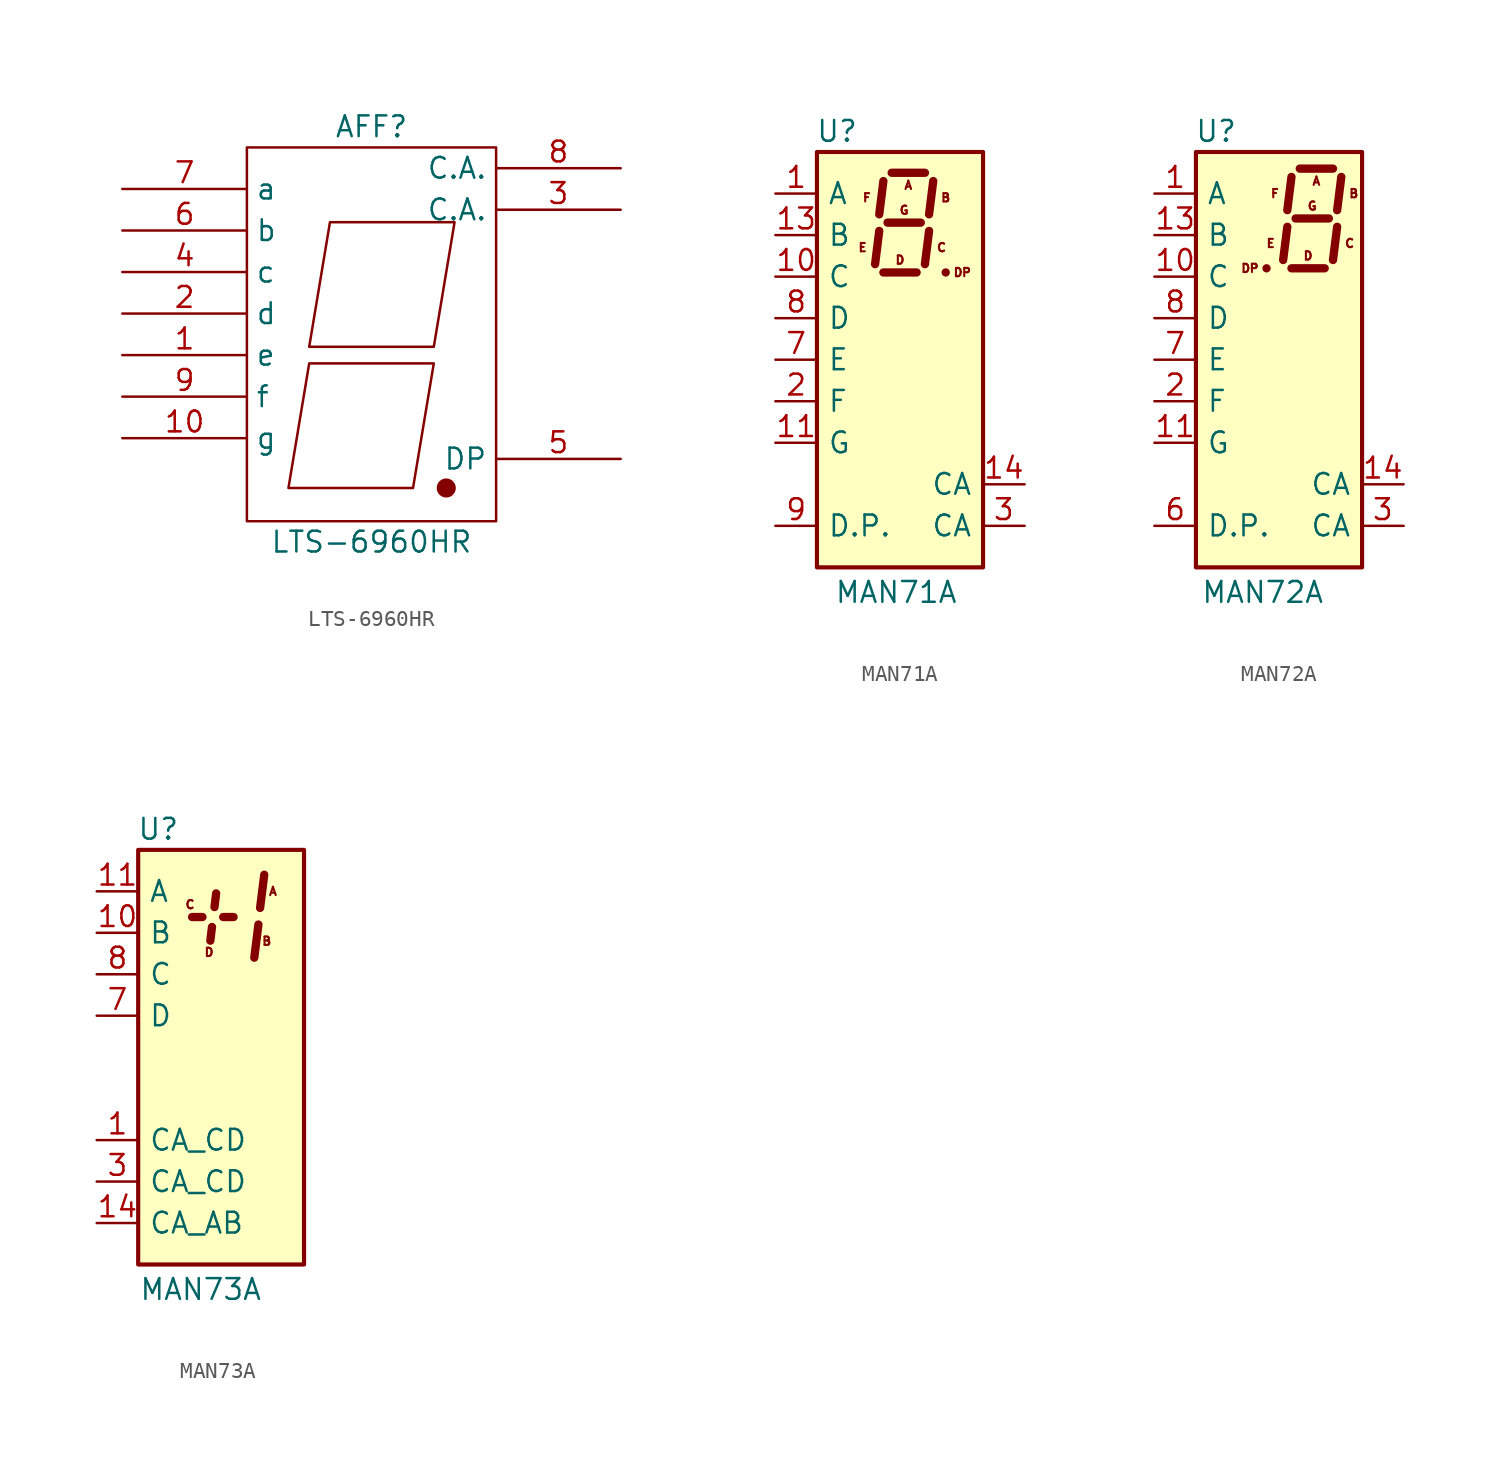
<source format=kicad_sym>
(kicad_symbol_lib
  (version 20231120)
  (generator "kicad_symbol_editor")
  (generator_version "8.0")
  (symbol "LTS-6960HR"
    (property "Reference" "AFF"
      (at 0 13.97 0)
      (effects (font (size 1.27 1.27))))
    (property "Value" "LTS-6960HR"
      (at 0 -11.43 0)
      (effects (font (size 1.27 1.27))))
    (symbol "LTS-6960HR_0_1"
      (rectangle (start -7.62 12.7) (end 7.62 -10.16) (stroke (width 0) (type default)) (fill (type none)))
      (polyline (pts (xy -3.81 -0.508) (xy 3.81 -0.508) (xy 2.54 -8.128) (xy -5.08 -8.128) (xy -3.81 -0.508) (xy -3.81 -0.508)) (stroke (width 0) (type default)) (fill (type none)))
      (polyline (pts (xy -2.54 8.128) (xy 5.08 8.128) (xy 3.81 0.508) (xy -3.81 0.508) (xy -2.54 8.128) (xy -2.54 8.128)) (stroke (width 0) (type default)) (fill (type none)))
      (circle (center 4.572 -8.128) (radius 0.508) (stroke (width 0) (type default)) (fill (type outline))))
    (symbol "LTS-6960HR_1_1"
      (pin input line (at -15.24 0 0) (length 7.62) (name "e" (effects (font (size 1.27 1.27)))) (number "1" (effects (font (size 1.27 1.27)))))
      (pin input line (at -15.24 -5.08 0) (length 7.62) (name "g" (effects (font (size 1.27 1.27)))) (number "10" (effects (font (size 1.27 1.27)))))
      (pin input line (at -15.24 2.54 0) (length 7.62) (name "d" (effects (font (size 1.27 1.27)))) (number "2" (effects (font (size 1.27 1.27)))))
      (pin input line (at 15.24 8.89 180) (length 7.62) (name "C.A." (effects (font (size 1.27 1.27)))) (number "3" (effects (font (size 1.27 1.27)))))
      (pin input line (at -15.24 5.08 0) (length 7.62) (name "c" (effects (font (size 1.27 1.27)))) (number "4" (effects (font (size 1.27 1.27)))))
      (pin input line (at 15.24 -6.35 180) (length 7.62) (name "DP" (effects (font (size 1.27 1.27)))) (number "5" (effects (font (size 1.27 1.27)))))
      (pin input line (at -15.24 7.62 0) (length 7.62) (name "b" (effects (font (size 1.27 1.27)))) (number "6" (effects (font (size 1.27 1.27)))))
      (pin input line (at -15.24 10.16 0) (length 7.62) (name "a" (effects (font (size 1.27 1.27)))) (number "7" (effects (font (size 1.27 1.27)))))
      (pin input line (at 15.24 11.43 180) (length 7.62) (name "C.A." (effects (font (size 1.27 1.27)))) (number "8" (effects (font (size 1.27 1.27)))))
      (pin input line (at -15.24 -2.54 0) (length 7.62) (name "f" (effects (font (size 1.27 1.27)))) (number "9" (effects (font (size 1.27 1.27)))))))
  (symbol "MAN71A"
    (pin_names
      (offset 0.635))
    (property "Reference" "U"
      (at -2.54 13.97 0)
      (effects (font (size 1.27 1.27)) (justify right)))
    (property "Value" "MAN71A"
      (at 3.556 -14.224 0)
      (effects (font (size 1.27 1.27)) (justify right)))
    (symbol "MAN71A_0_0"
      (text "A" (at 0.508 10.668 0) (effects (font (size 0.508 0.508))))
      (text "B" (at 2.794 9.906 0) (effects (font (size 0.508 0.508))))
      (text "C" (at 2.54 6.858 0) (effects (font (size 0.508 0.508))))
      (text "D" (at 0 6.096 0) (effects (font (size 0.508 0.508))))
      (text "DP" (at 3.81 5.334 0) (effects (font (size 0.508 0.508))))
      (text "E" (at -2.286 6.858 0) (effects (font (size 0.508 0.508))))
      (text "F" (at -2.032 9.906 0) (effects (font (size 0.508 0.508))))
      (text "G" (at 0.254 9.144 0) (effects (font (size 0.508 0.508)))))
    (symbol "MAN71A_0_1"
      (rectangle (start -5.08 12.7) (end 5.08 -12.7) (stroke (width 0.254) (type default)) (fill (type background)))
      (polyline (pts (xy -1.27 7.874) (xy -1.524 5.842)) (stroke (width 0.508) (type default)) (fill (type none)))
      (polyline (pts (xy -1.016 5.334) (xy 1.016 5.334)) (stroke (width 0.508) (type default)) (fill (type none)))
      (polyline (pts (xy -1.016 10.922) (xy -1.27 8.89)) (stroke (width 0.508) (type default)) (fill (type none)))
      (polyline (pts (xy -0.762 8.382) (xy 1.27 8.382)) (stroke (width 0.508) (type default)) (fill (type none)))
      (polyline (pts (xy -0.508 11.43) (xy 1.524 11.43)) (stroke (width 0.508) (type default)) (fill (type none)))
      (polyline (pts (xy 1.778 7.874) (xy 1.524 5.842)) (stroke (width 0.508) (type default)) (fill (type none)))
      (polyline (pts (xy 2.032 10.922) (xy 1.778 8.89)) (stroke (width 0.508) (type default)) (fill (type none)))
      (polyline (pts (xy 2.794 5.334) (xy 2.794 5.334)) (stroke (width 0.508) (type default)) (fill (type none))))
    (symbol "MAN71A_1_1"
      (pin input line (at -7.62 10.16 0) (length 2.54) (name "A" (effects (font (size 1.27 1.27)))) (number "1" (effects (font (size 1.27 1.27)))))
      (pin input line (at -7.62 5.08 0) (length 2.54) (name "C" (effects (font (size 1.27 1.27)))) (number "10" (effects (font (size 1.27 1.27)))))
      (pin input line (at -7.62 -5.08 0) (length 2.54) (name "G" (effects (font (size 1.27 1.27)))) (number "11" (effects (font (size 1.27 1.27)))))
      (pin no_connect line (at 7.62 -5.08 180) (length 2.54) hide (name "NC" (effects (font (size 1.27 1.27)))) (number "12" (effects (font (size 1.27 1.27)))))
      (pin input line (at -7.62 7.62 0) (length 2.54) (name "B" (effects (font (size 1.27 1.27)))) (number "13" (effects (font (size 1.27 1.27)))))
      (pin input line (at 7.62 -7.62 180) (length 2.54) (name "CA" (effects (font (size 1.27 1.27)))) (number "14" (effects (font (size 1.27 1.27)))))
      (pin input line (at -7.62 -2.54 0) (length 2.54) (name "F" (effects (font (size 1.27 1.27)))) (number "2" (effects (font (size 1.27 1.27)))))
      (pin input line (at 7.62 -10.16 180) (length 2.54) (name "CA" (effects (font (size 1.27 1.27)))) (number "3" (effects (font (size 1.27 1.27)))))
      (pin no_connect line (at 7.62 2.54 180) (length 2.54) hide (name "NC" (effects (font (size 1.27 1.27)))) (number "4" (effects (font (size 1.27 1.27)))))
      (pin no_connect line (at 7.62 0 180) (length 2.54) hide (name "NC" (effects (font (size 1.27 1.27)))) (number "5" (effects (font (size 1.27 1.27)))))
      (pin no_connect line (at 7.62 -2.54 180) (length 2.54) hide (name "NC" (effects (font (size 1.27 1.27)))) (number "6" (effects (font (size 1.27 1.27)))))
      (pin input line (at -7.62 0 0) (length 2.54) (name "E" (effects (font (size 1.27 1.27)))) (number "7" (effects (font (size 1.27 1.27)))))
      (pin input line (at -7.62 2.54 0) (length 2.54) (name "D" (effects (font (size 1.27 1.27)))) (number "8" (effects (font (size 1.27 1.27)))))
      (pin input line (at -7.62 -10.16 0) (length 2.54) (name "D.P." (effects (font (size 1.27 1.27)))) (number "9" (effects (font (size 1.27 1.27)))))))
  (symbol "MAN72A"
    (pin_names
      (offset 0.635))
    (property "Reference" "U"
      (at -2.54 13.97 0)
      (effects (font (size 1.27 1.27)) (justify right)))
    (property "Value" "MAN72A"
      (at 2.794 -14.224 0)
      (effects (font (size 1.27 1.27)) (justify right)))
    (symbol "MAN72A_0_0"
      (text "A" (at 2.286 10.922 0) (effects (font (size 0.508 0.508))))
      (text "B" (at 4.572 10.16 0) (effects (font (size 0.508 0.508))))
      (text "C" (at 4.318 7.112 0) (effects (font (size 0.508 0.508))))
      (text "D" (at 1.778 6.35 0) (effects (font (size 0.508 0.508))))
      (text "DP" (at -1.778 5.588 0) (effects (font (size 0.508 0.508))))
      (text "E" (at -0.508 7.112 0) (effects (font (size 0.508 0.508))))
      (text "F" (at -0.254 10.16 0) (effects (font (size 0.508 0.508))))
      (text "G" (at 2.032 9.398 0) (effects (font (size 0.508 0.508)))))
    (symbol "MAN72A_0_1"
      (rectangle (start -5.08 12.7) (end 5.08 -12.7) (stroke (width 0.254) (type default)) (fill (type background)))
      (polyline (pts (xy -0.762 5.588) (xy -0.762 5.588)) (stroke (width 0.508) (type default)) (fill (type none)))
      (polyline (pts (xy 0.508 8.128) (xy 0.254 6.096)) (stroke (width 0.508) (type default)) (fill (type none)))
      (polyline (pts (xy 0.762 5.588) (xy 2.794 5.588)) (stroke (width 0.508) (type default)) (fill (type none)))
      (polyline (pts (xy 0.762 11.176) (xy 0.508 9.144)) (stroke (width 0.508) (type default)) (fill (type none)))
      (polyline (pts (xy 1.016 8.636) (xy 3.048 8.636)) (stroke (width 0.508) (type default)) (fill (type none)))
      (polyline (pts (xy 1.27 11.684) (xy 3.302 11.684)) (stroke (width 0.508) (type default)) (fill (type none)))
      (polyline (pts (xy 3.556 8.128) (xy 3.302 6.096)) (stroke (width 0.508) (type default)) (fill (type none)))
      (polyline (pts (xy 3.81 11.176) (xy 3.556 9.144)) (stroke (width 0.508) (type default)) (fill (type none))))
    (symbol "MAN72A_1_1"
      (pin input line (at -7.62 10.16 0) (length 2.54) (name "A" (effects (font (size 1.27 1.27)))) (number "1" (effects (font (size 1.27 1.27)))))
      (pin input line (at -7.62 5.08 0) (length 2.54) (name "C" (effects (font (size 1.27 1.27)))) (number "10" (effects (font (size 1.27 1.27)))))
      (pin input line (at -7.62 -5.08 0) (length 2.54) (name "G" (effects (font (size 1.27 1.27)))) (number "11" (effects (font (size 1.27 1.27)))))
      (pin no_connect line (at 7.62 -5.08 180) (length 2.54) hide (name "NC" (effects (font (size 1.27 1.27)))) (number "12" (effects (font (size 1.27 1.27)))))
      (pin input line (at -7.62 7.62 0) (length 2.54) (name "B" (effects (font (size 1.27 1.27)))) (number "13" (effects (font (size 1.27 1.27)))))
      (pin input line (at 7.62 -7.62 180) (length 2.54) (name "CA" (effects (font (size 1.27 1.27)))) (number "14" (effects (font (size 1.27 1.27)))))
      (pin input line (at -7.62 -2.54 0) (length 2.54) (name "F" (effects (font (size 1.27 1.27)))) (number "2" (effects (font (size 1.27 1.27)))))
      (pin input line (at 7.62 -10.16 180) (length 2.54) (name "CA" (effects (font (size 1.27 1.27)))) (number "3" (effects (font (size 1.27 1.27)))))
      (pin no_connect line (at 7.62 2.54 180) (length 2.54) hide (name "NC" (effects (font (size 1.27 1.27)))) (number "4" (effects (font (size 1.27 1.27)))))
      (pin no_connect line (at 7.62 0 180) (length 2.54) hide (name "NC" (effects (font (size 1.27 1.27)))) (number "5" (effects (font (size 1.27 1.27)))))
      (pin input line (at -7.62 -10.16 0) (length 2.54) (name "D.P." (effects (font (size 1.27 1.27)))) (number "6" (effects (font (size 1.27 1.27)))))
      (pin input line (at -7.62 0 0) (length 2.54) (name "E" (effects (font (size 1.27 1.27)))) (number "7" (effects (font (size 1.27 1.27)))))
      (pin input line (at -7.62 2.54 0) (length 2.54) (name "D" (effects (font (size 1.27 1.27)))) (number "8" (effects (font (size 1.27 1.27)))))
      (pin no_connect line (at 7.62 -2.54 180) (length 2.54) hide (name "NC" (effects (font (size 1.27 1.27)))) (number "9" (effects (font (size 1.27 1.27)))))))
  (symbol "MAN73A"
    (pin_names
      (offset 0.635))
    (property "Reference" "U"
      (at -2.54 13.97 0)
      (effects (font (size 1.27 1.27)) (justify right)))
    (property "Value" "MAN73A"
      (at 2.54 -14.224 0)
      (effects (font (size 1.27 1.27)) (justify right)))
    (symbol "MAN73A_0_0"
      (text "A" (at 3.175 10.16 0) (effects (font (size 0.508 0.508))))
      (text "B" (at 2.794 7.112 0) (effects (font (size 0.508 0.508))))
      (text "C" (at -1.905 9.347 0) (effects (font (size 0.508 0.508))))
      (text "D" (at -0.737 6.426 0) (effects (font (size 0.508 0.508)))))
    (symbol "MAN73A_0_1"
      (rectangle (start -5.08 12.7) (end 5.08 -12.7) (stroke (width 0.254) (type default)) (fill (type background)))
      (polyline (pts (xy -1.778 8.585) (xy -1.143 8.585)) (stroke (width 0.508) (type default)) (fill (type none)))
      (polyline (pts (xy 2.286 8.128) (xy 2.032 6.096)) (stroke (width 0.508) (type default)) (fill (type none)))
      (polyline (pts (xy 2.642 11.176) (xy 2.388 9.144)) (stroke (width 0.508) (type default)) (fill (type none))))
    (symbol "MAN73A_1_1"
      (polyline (pts (xy -0.66 7.137) (xy -0.559 7.976)) (stroke (width 0.508) (type default)) (fill (type none)))
      (polyline (pts (xy -0.305 10.033) (xy -0.406 9.195)) (stroke (width 0.508) (type default)) (fill (type none)))
      (polyline (pts (xy 0.127 8.585) (xy 0.762 8.585)) (stroke (width 0.508) (type default)) (fill (type none)))
      (pin input line (at -7.62 -5.08 0) (length 2.54) (name "CA_CD" (effects (font (size 1.27 1.27)))) (number "1" (effects (font (size 1.27 1.27)))))
      (pin input line (at -7.62 7.62 0) (length 2.54) (name "B" (effects (font (size 1.27 1.27)))) (number "10" (effects (font (size 1.27 1.27)))))
      (pin input line (at -7.62 10.16 0) (length 2.54) (name "A" (effects (font (size 1.27 1.27)))) (number "11" (effects (font (size 1.27 1.27)))))
      (pin no_connect line (at 7.62 -7.62 180) (length 2.54) hide (name "NC" (effects (font (size 1.27 1.27)))) (number "12" (effects (font (size 1.27 1.27)))))
      (pin no_connect line (at 7.62 -10.16 180) (length 2.54) hide (name "NC" (effects (font (size 1.27 1.27)))) (number "13" (effects (font (size 1.27 1.27)))))
      (pin input line (at -7.62 -10.16 0) (length 2.54) (name "CA_AB" (effects (font (size 1.27 1.27)))) (number "14" (effects (font (size 1.27 1.27)))))
      (pin no_connect line (at 7.62 5.08 180) (length 2.54) hide (name "NC" (effects (font (size 1.27 1.27)))) (number "2" (effects (font (size 1.27 1.27)))))
      (pin input line (at -7.62 -7.62 0) (length 2.54) (name "CA_CD" (effects (font (size 1.27 1.27)))) (number "3" (effects (font (size 1.27 1.27)))))
      (pin no_connect line (at 7.62 2.54 180) (length 2.54) hide (name "NC" (effects (font (size 1.27 1.27)))) (number "4" (effects (font (size 1.27 1.27)))))
      (pin no_connect line (at 7.62 0 180) (length 2.54) hide (name "NC" (effects (font (size 1.27 1.27)))) (number "5" (effects (font (size 1.27 1.27)))))
      (pin no_connect line (at 7.62 -2.54 180) (length 2.54) hide (name "NC" (effects (font (size 1.27 1.27)))) (number "6" (effects (font (size 1.27 1.27)))))
      (pin input line (at -7.62 2.54 0) (length 2.54) (name "D" (effects (font (size 1.27 1.27)))) (number "7" (effects (font (size 1.27 1.27)))))
      (pin input line (at -7.62 5.08 0) (length 2.54) (name "C" (effects (font (size 1.27 1.27)))) (number "8" (effects (font (size 1.27 1.27)))))
      (pin no_connect line (at 7.62 -5.08 180) (length 2.54) hide (name "NC" (effects (font (size 1.27 1.27)))) (number "9" (effects (font (size 1.27 1.27))))))))
</source>
